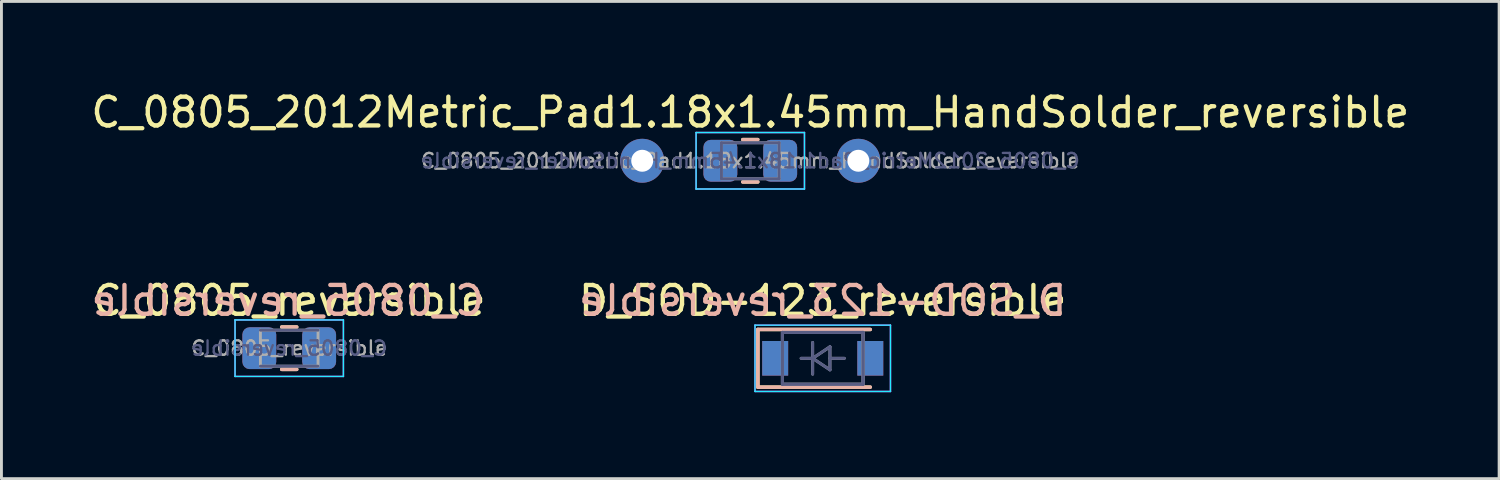
<source format=kicad_pcb>
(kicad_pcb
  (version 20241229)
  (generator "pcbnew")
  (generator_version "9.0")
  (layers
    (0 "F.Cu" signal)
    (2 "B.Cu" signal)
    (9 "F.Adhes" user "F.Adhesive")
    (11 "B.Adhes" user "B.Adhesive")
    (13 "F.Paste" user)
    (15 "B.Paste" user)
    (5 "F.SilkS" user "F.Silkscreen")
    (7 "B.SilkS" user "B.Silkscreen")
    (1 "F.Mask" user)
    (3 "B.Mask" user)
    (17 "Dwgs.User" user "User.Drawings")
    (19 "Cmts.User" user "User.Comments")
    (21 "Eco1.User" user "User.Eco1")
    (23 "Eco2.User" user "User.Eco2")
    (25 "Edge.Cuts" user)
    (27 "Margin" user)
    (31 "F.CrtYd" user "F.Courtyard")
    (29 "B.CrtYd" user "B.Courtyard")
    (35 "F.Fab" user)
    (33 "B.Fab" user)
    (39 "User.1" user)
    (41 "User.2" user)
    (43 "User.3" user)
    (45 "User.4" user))
  (footprint "C_0805_reversible"
    (layer "F.Cu")
    (at 6.985 9.031)
    (property "Reference" "C_0805_reversible" (at 0 -1.65 0) (layer "F.SilkS") (effects (font (size 1 1) (thickness 0.15))))
    (attr smd)
    (fp_line (start -0.261 -0.735) (end 0.261 -0.735) (stroke (width 0.12) (type solid)) (layer "F.SilkS"))
    (fp_line (start -0.261 0.735) (end 0.261 0.735) (stroke (width 0.12) (type solid)) (layer "F.SilkS"))
    (fp_line (start -0.261 -0.735) (end 0.261 -0.735) (stroke (width 0.12) (type solid)) (layer "B.SilkS"))
    (fp_line (start -0.261 0.735) (end 0.261 0.735) (stroke (width 0.12) (type solid)) (layer "B.SilkS"))
    (fp_line (start -1.88 -0.98) (end 1.88 -0.98) (stroke (width 0.05) (type solid)) (layer "B.CrtYd"))
    (fp_line (start -1.88 0.98) (end -1.88 -0.98) (stroke (width 0.05) (type solid)) (layer "B.CrtYd"))
    (fp_line (start 1.88 -0.98) (end 1.88 0.98) (stroke (width 0.05) (type solid)) (layer "B.CrtYd"))
    (fp_line (start 1.88 0.98) (end -1.88 0.98) (stroke (width 0.05) (type solid)) (layer "B.CrtYd"))
    (fp_line (start -1.88 -0.98) (end 1.88 -0.98) (stroke (width 0.05) (type solid)) (layer "F.CrtYd"))
    (fp_line (start -1.88 0.98) (end -1.88 -0.98) (stroke (width 0.05) (type solid)) (layer "F.CrtYd"))
    (fp_line (start 1.88 -0.98) (end 1.88 0.98) (stroke (width 0.05) (type solid)) (layer "F.CrtYd"))
    (fp_line (start 1.88 0.98) (end -1.88 0.98) (stroke (width 0.05) (type solid)) (layer "F.CrtYd"))
    (fp_line (start -1 -0.625) (end 1 -0.625) (stroke (width 0.1) (type solid)) (layer "B.Fab"))
    (fp_line (start 1 0.625) (end -1 0.625) (stroke (width 0.1) (type solid)) (layer "B.Fab"))
    (fp_line (start -1 -0.625) (end 1 -0.625) (stroke (width 0.1) (type solid)) (layer "F.Fab"))
    (fp_line (start -1 0.625) (end -1 -0.625) (stroke (width 0.1) (type solid)) (layer "F.Fab"))
    (fp_line (start 1 -0.625) (end 1 0.625) (stroke (width 0.1) (type solid)) (layer "F.Fab"))
    (fp_line (start 1 0.625) (end -1 0.625) (stroke (width 0.1) (type solid)) (layer "F.Fab"))
    (fp_text user "${REFERENCE}" (at -0.05 -1.65 0) (layer "B.SilkS") (effects (font (size 1 1) (thickness 0.15)) (justify mirror)))
    (fp_text user "${REFERENCE}" (at 0 0 0) (layer "B.Fab") (effects (font (size 0.5 0.5) (thickness 0.08)) (justify mirror)))
    (fp_text user "${REFERENCE}" (at 0 0 0) (layer "F.Fab") (effects (font (size 0.5 0.5) (thickness 0.08))))
    (pad "1" smd roundrect (at -1.038 0) (size 1.175 1.45) (layers "F.Cu" "F.Mask" "F.Paste") (roundrect_rratio 0.213))
    (pad "1" smd roundrect (at -1.038 0) (size 1.175 1.45) (layers "B.Cu" "B.Mask" "B.Paste") (roundrect_rratio 0.213))
    (pad "2" smd roundrect (at 1.038 0) (size 1.175 1.45) (layers "F.Cu" "F.Mask" "F.Paste") (roundrect_rratio 0.213))
    (pad "2" smd roundrect (at 1.038 0) (size 1.175 1.45) (layers "B.Cu" "B.Mask" "B.Paste") (roundrect_rratio 0.213)))
  (footprint "D_SOD-123_reversible"
    (layer "F.Cu")
    (at 25.496 9.382)
    (property "Reference" "D_SOD-123_reversible" (at 0 -2 0) (layer "F.SilkS") (effects (font (size 1 1) (thickness 0.15))))
    (attr smd)
    (fp_line (start -2.25 -1) (end -2.25 1) (stroke (width 0.12) (type solid)) (layer "F.SilkS"))
    (fp_line (start -2.25 -1) (end 1.65 -1) (stroke (width 0.12) (type solid)) (layer "F.SilkS"))
    (fp_line (start -2.25 1) (end 1.65 1) (stroke (width 0.12) (type solid)) (layer "F.SilkS"))
    (fp_line (start -2.25 -1) (end 1.65 -1) (stroke (width 0.12) (type solid)) (layer "B.SilkS"))
    (fp_line (start -2.25 1) (end -2.25 -1) (stroke (width 0.12) (type solid)) (layer "B.SilkS"))
    (fp_line (start -2.25 1) (end 1.65 1) (stroke (width 0.12) (type solid)) (layer "B.SilkS"))
    (fp_line (start -2.35 1.15) (end -2.35 -1.15) (stroke (width 0.05) (type solid)) (layer "B.CrtYd"))
    (fp_line (start -2.35 1.15) (end 2.35 1.15) (stroke (width 0.05) (type solid)) (layer "B.CrtYd"))
    (fp_line (start 2.35 -1.15) (end -2.35 -1.15) (stroke (width 0.05) (type solid)) (layer "B.CrtYd"))
    (fp_line (start 2.35 1.15) (end 2.35 -1.15) (stroke (width 0.05) (type solid)) (layer "B.CrtYd"))
    (fp_line (start -2.35 -1.15) (end -2.35 1.15) (stroke (width 0.05) (type solid)) (layer "F.CrtYd"))
    (fp_line (start -2.35 -1.15) (end 2.35 -1.15) (stroke (width 0.05) (type solid)) (layer "F.CrtYd"))
    (fp_line (start 2.35 -1.15) (end 2.35 1.15) (stroke (width 0.05) (type solid)) (layer "F.CrtYd"))
    (fp_line (start 2.35 1.15) (end -2.35 1.15) (stroke (width 0.05) (type solid)) (layer "F.CrtYd"))
    (fp_line (start -1.4 -0.9) (end -1.4 0.9) (stroke (width 0.1) (type solid)) (layer "B.Fab"))
    (fp_line (start -1.4 -0.9) (end -1.4 0.9) (stroke (width 0.1) (type solid)) (layer "B.Fab"))
    (fp_line (start -1.4 0.9) (end 1.4 0.9) (stroke (width 0.1) (type solid)) (layer "B.Fab"))
    (fp_line (start -1.4 0.9) (end 1.4 0.9) (stroke (width 0.1) (type solid)) (layer "B.Fab"))
    (fp_line (start -0.75 0) (end -0.35 0) (stroke (width 0.1) (type solid)) (layer "B.Fab"))
    (fp_line (start -0.35 0) (end -0.35 -0.55) (stroke (width 0.1) (type solid)) (layer "B.Fab"))
    (fp_line (start -0.35 0) (end -0.35 0.55) (stroke (width 0.1) (type solid)) (layer "B.Fab"))
    (fp_line (start -0.35 0) (end 0.25 0.4) (stroke (width 0.1) (type solid)) (layer "B.Fab"))
    (fp_line (start 0.25 -0.4) (end -0.35 0) (stroke (width 0.1) (type solid)) (layer "B.Fab"))
    (fp_line (start 0.25 0) (end 0.75 0) (stroke (width 0.1) (type solid)) (layer "B.Fab"))
    (fp_line (start 0.25 0.4) (end 0.25 -0.4) (stroke (width 0.1) (type solid)) (layer "B.Fab"))
    (fp_line (start 1.4 -0.9) (end -1.4 -0.9) (stroke (width 0.1) (type solid)) (layer "B.Fab"))
    (fp_line (start 1.4 -0.9) (end -1.4 -0.9) (stroke (width 0.1) (type solid)) (layer "B.Fab"))
    (fp_line (start 1.4 0.9) (end 1.4 -0.9) (stroke (width 0.1) (type solid)) (layer "B.Fab"))
    (fp_line (start 1.4 0.9) (end 1.4 -0.9) (stroke (width 0.1) (type solid)) (layer "B.Fab"))
    (fp_line (start -1.4 -0.9) (end 1.4 -0.9) (stroke (width 0.1) (type solid)) (layer "F.Fab"))
    (fp_line (start -1.4 -0.9) (end 1.4 -0.9) (stroke (width 0.1) (type solid)) (layer "F.Fab"))
    (fp_line (start -1.4 0.9) (end -1.4 -0.9) (stroke (width 0.1) (type solid)) (layer "F.Fab"))
    (fp_line (start -1.4 0.9) (end -1.4 -0.9) (stroke (width 0.1) (type solid)) (layer "F.Fab"))
    (fp_line (start -0.75 0) (end -0.35 0) (stroke (width 0.1) (type solid)) (layer "F.Fab"))
    (fp_line (start -0.35 0) (end -0.35 -0.55) (stroke (width 0.1) (type solid)) (layer "F.Fab"))
    (fp_line (start -0.35 0) (end -0.35 0.55) (stroke (width 0.1) (type solid)) (layer "F.Fab"))
    (fp_line (start -0.35 0) (end 0.25 -0.4) (stroke (width 0.1) (type solid)) (layer "F.Fab"))
    (fp_line (start 0.25 -0.4) (end 0.25 0.4) (stroke (width 0.1) (type solid)) (layer "F.Fab"))
    (fp_line (start 0.25 0) (end 0.75 0) (stroke (width 0.1) (type solid)) (layer "F.Fab"))
    (fp_line (start 0.25 0.4) (end -0.35 0) (stroke (width 0.1) (type solid)) (layer "F.Fab"))
    (fp_line (start 1.4 -0.9) (end 1.4 0.9) (stroke (width 0.1) (type solid)) (layer "F.Fab"))
    (fp_line (start 1.4 -0.9) (end 1.4 0.9) (stroke (width 0.1) (type solid)) (layer "F.Fab"))
    (fp_line (start 1.4 0.9) (end -1.4 0.9) (stroke (width 0.1) (type solid)) (layer "F.Fab"))
    (fp_line (start 1.4 0.9) (end -1.4 0.9) (stroke (width 0.1) (type solid)) (layer "F.Fab"))
    (fp_text user "${REFERENCE}" (at 0 -2 0) (layer "B.SilkS") (effects (font (size 1 1) (thickness 0.15)) (justify mirror)))
    (pad "1" smd rect (at -1.65 0) (size 0.9 1.2) (layers "F.Cu" "F.Mask" "F.Paste"))
    (pad "1" smd rect (at -1.65 0) (size 0.9 1.2) (layers "B.Cu" "B.Mask" "B.Paste"))
    (pad "2" smd rect (at 1.65 0) (size 0.9 1.2) (layers "F.Cu" "F.Mask" "F.Paste"))
    (pad "2" smd rect (at 1.65 0) (size 0.9 1.2) (layers "B.Cu" "B.Mask" "B.Paste")))
  (footprint "C_0805_2012Metric_Pad1.18x1.45mm_HandSolder_reversible"
    (layer "F.Cu")
    (at 22.982 2.528)
    (property "Reference" "C_0805_2012Metric_Pad1.18x1.45mm_HandSolder_reversible" (at 0 -1.68 0) (layer "F.SilkS") (effects (font (size 1 1) (thickness 0.15))))
    (attr smd)
    (fp_line (start -0.261 -0.735) (end 0.261 -0.735) (stroke (width 0.12) (type solid)) (layer "F.SilkS"))
    (fp_line (start -0.261 0.735) (end 0.261 0.735) (stroke (width 0.12) (type solid)) (layer "F.SilkS"))
    (fp_line (start -0.261 -0.735) (end 0.261 -0.735) (stroke (width 0.12) (type solid)) (layer "B.SilkS"))
    (fp_line (start -0.261 0.735) (end 0.261 0.735) (stroke (width 0.12) (type solid)) (layer "B.SilkS"))
    (fp_line (start -1.88 -0.98) (end -1.88 0.98) (stroke (width 0.05) (type solid)) (layer "B.CrtYd"))
    (fp_line (start -1.88 0.98) (end 1.88 0.98) (stroke (width 0.05) (type solid)) (layer "B.CrtYd"))
    (fp_line (start 1.88 -0.98) (end -1.88 -0.98) (stroke (width 0.05) (type solid)) (layer "B.CrtYd"))
    (fp_line (start 1.88 0.98) (end 1.88 -0.98) (stroke (width 0.05) (type solid)) (layer "B.CrtYd"))
    (fp_line (start -1.88 -0.98) (end 1.88 -0.98) (stroke (width 0.05) (type solid)) (layer "F.CrtYd"))
    (fp_line (start -1.88 0.98) (end -1.88 -0.98) (stroke (width 0.05) (type solid)) (layer "F.CrtYd"))
    (fp_line (start 1.88 -0.98) (end 1.88 0.98) (stroke (width 0.05) (type solid)) (layer "F.CrtYd"))
    (fp_line (start 1.88 0.98) (end -1.88 0.98) (stroke (width 0.05) (type solid)) (layer "F.CrtYd"))
    (fp_line (start -1 -0.625) (end -1 0.625) (stroke (width 0.1) (type solid)) (layer "B.Fab"))
    (fp_line (start -1 0.625) (end 1 0.625) (stroke (width 0.1) (type solid)) (layer "B.Fab"))
    (fp_line (start 1 -0.625) (end -1 -0.625) (stroke (width 0.1) (type solid)) (layer "B.Fab"))
    (fp_line (start 1 0.625) (end 1 -0.625) (stroke (width 0.1) (type solid)) (layer "B.Fab"))
    (fp_line (start -1 -0.625) (end 1 -0.625) (stroke (width 0.1) (type solid)) (layer "F.Fab"))
    (fp_line (start -1 0.625) (end -1 -0.625) (stroke (width 0.1) (type solid)) (layer "F.Fab"))
    (fp_line (start 1 -0.625) (end 1 0.625) (stroke (width 0.1) (type solid)) (layer "F.Fab"))
    (fp_line (start 1 0.625) (end -1 0.625) (stroke (width 0.1) (type solid)) (layer "F.Fab"))
    (fp_text user "${REFERENCE}" (at 0 0 0) (layer "B.Fab") (effects (font (size 0.5 0.5) (thickness 0.08)) (justify mirror)))
    (fp_text user "${REFERENCE}" (at 0 0 0) (layer "F.Fab") (effects (font (size 0.5 0.5) (thickness 0.08))))
    (pad "1" thru_hole circle (at -3.75 0) (size 1.524 1.524) (drill 0.762) (layers "*.Cu" "*.Mask"))
    (pad "1" smd roundrect (at -1.038 0) (size 1.175 1.45) (layers "F.Cu" "F.Mask" "F.Paste") (roundrect_rratio 0.213))
    (pad "1" smd roundrect (at -1.038 0) (size 1.175 1.45) (layers "B.Cu" "B.Mask" "B.Paste") (roundrect_rratio 0.213))
    (pad "2" smd roundrect (at 1.038 0) (size 1.175 1.45) (layers "F.Cu" "F.Mask" "F.Paste") (roundrect_rratio 0.213))
    (pad "2" smd roundrect (at 1.038 0) (size 1.175 1.45) (layers "B.Cu" "B.Mask" "B.Paste") (roundrect_rratio 0.213))
    (pad "2" thru_hole circle (at 3.75 0) (size 1.524 1.524) (drill 0.762) (layers "*.Cu" "*.Mask")))
  (gr_rect
    (start -3 -3)
    (end 48.964 13.556)
    (stroke (width 0.1) (type default))
    (fill no)
    (layer "Edge.Cuts")))
</source>
